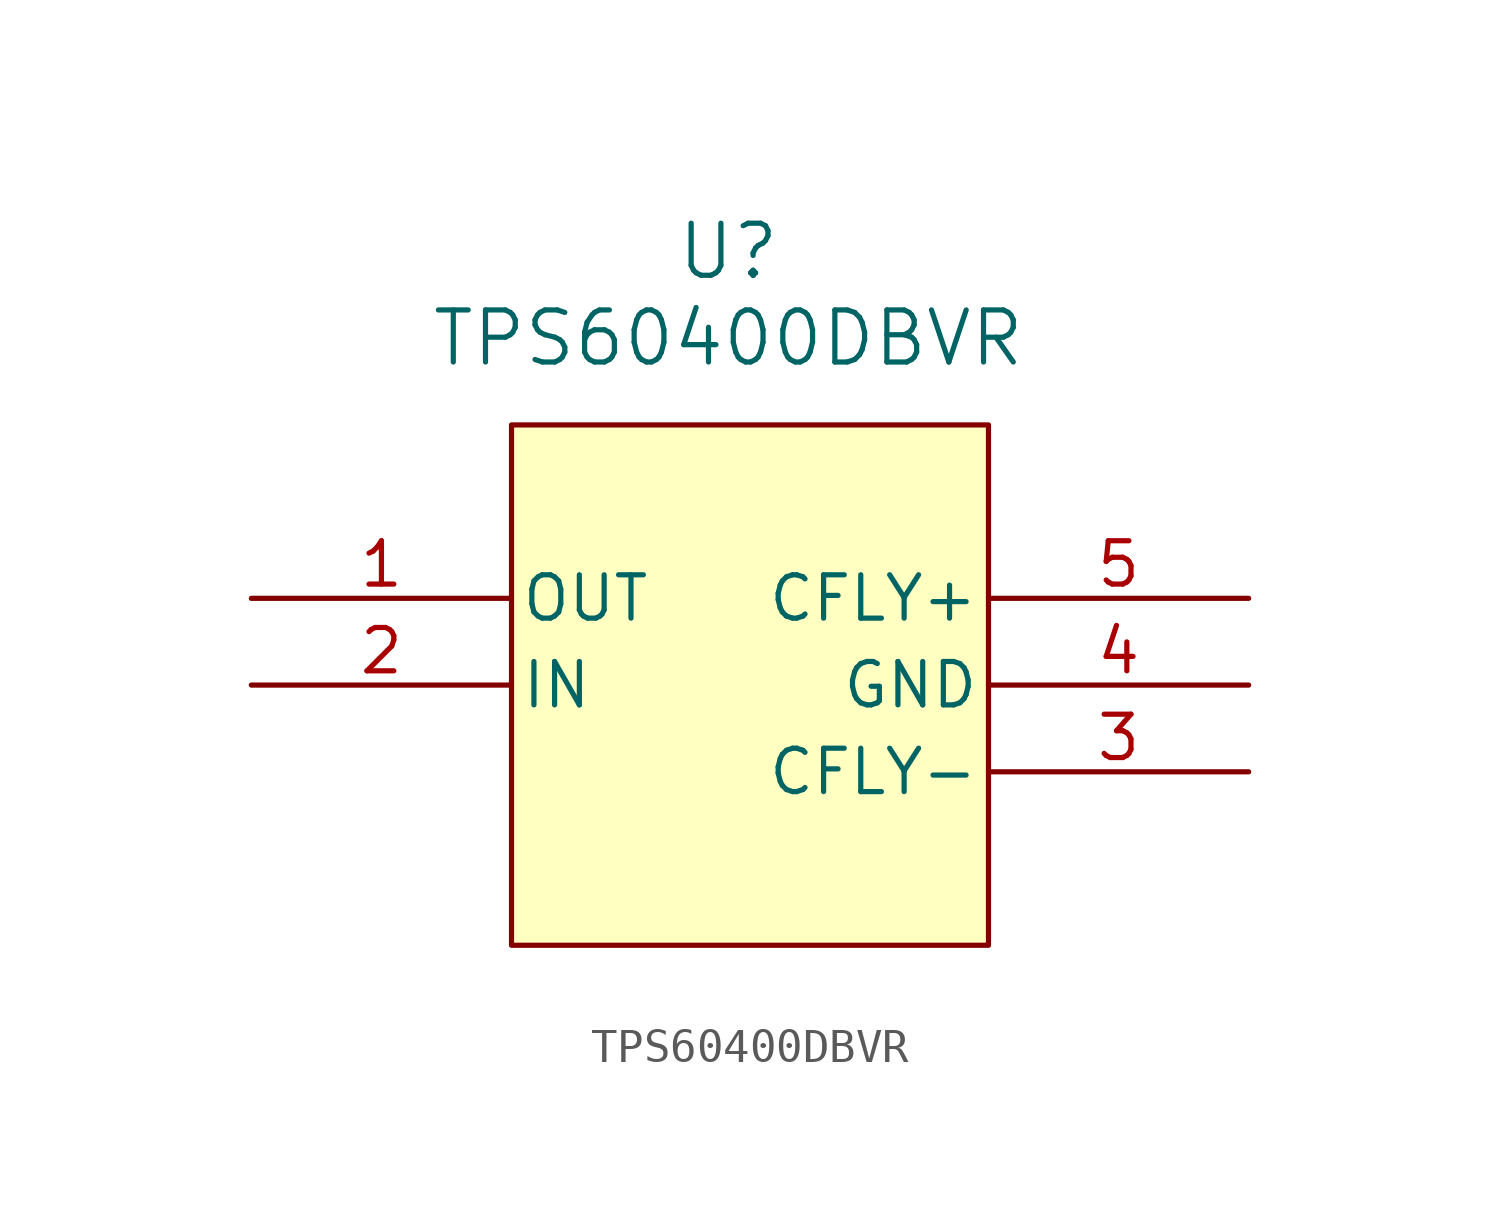
<source format=kicad_sym>
(kicad_symbol_lib
  (version 20220914)
  (generator kicad_symbol_editor)
  (symbol "TPS60400DBVR"
    (pin_names
      (offset 0.254))
    (property "Reference" "U"
      (at 6.35 5.08 0)
      (effects (font (size 1.524 1.524))))
    (property "Value" "TPS60400DBVR"
      (at 6.35 2.54 0)
      (effects (font (size 1.524 1.524))))
    (property "ki_locked" ""
      (at 0 0 0)
      (effects (font (size 1.27 1.27))))
    (symbol "TPS60400DBVR_0_1"
      (pin output line (at -7.62 -5.08 0) (length 7.62) (name "OUT" (effects (font (size 1.27 1.27)))) (number "1" (effects (font (size 1.27 1.27)))))
      (pin input line (at -7.62 -7.62 0) (length 7.62) (name "IN" (effects (font (size 1.27 1.27)))) (number "2" (effects (font (size 1.27 1.27)))))
      (pin unspecified line (at 21.59 -10.16 180) (length 7.62) (name "CFLY-" (effects (font (size 1.27 1.27)))) (number "3" (effects (font (size 1.27 1.27)))))
      (pin power_in line (at 21.59 -7.62 180) (length 7.62) (name "GND" (effects (font (size 1.27 1.27)))) (number "4" (effects (font (size 1.27 1.27)))))
      (pin unspecified line (at 21.59 -5.08 180) (length 7.62) (name "CFLY+" (effects (font (size 1.27 1.27)))) (number "5" (effects (font (size 1.27 1.27))))))
    (symbol "TPS60400DBVR_1_1"
      (rectangle (start 0 0) (end 13.97 -15.24) (stroke (width 0) (type default)) (fill (type background))))))
</source>
